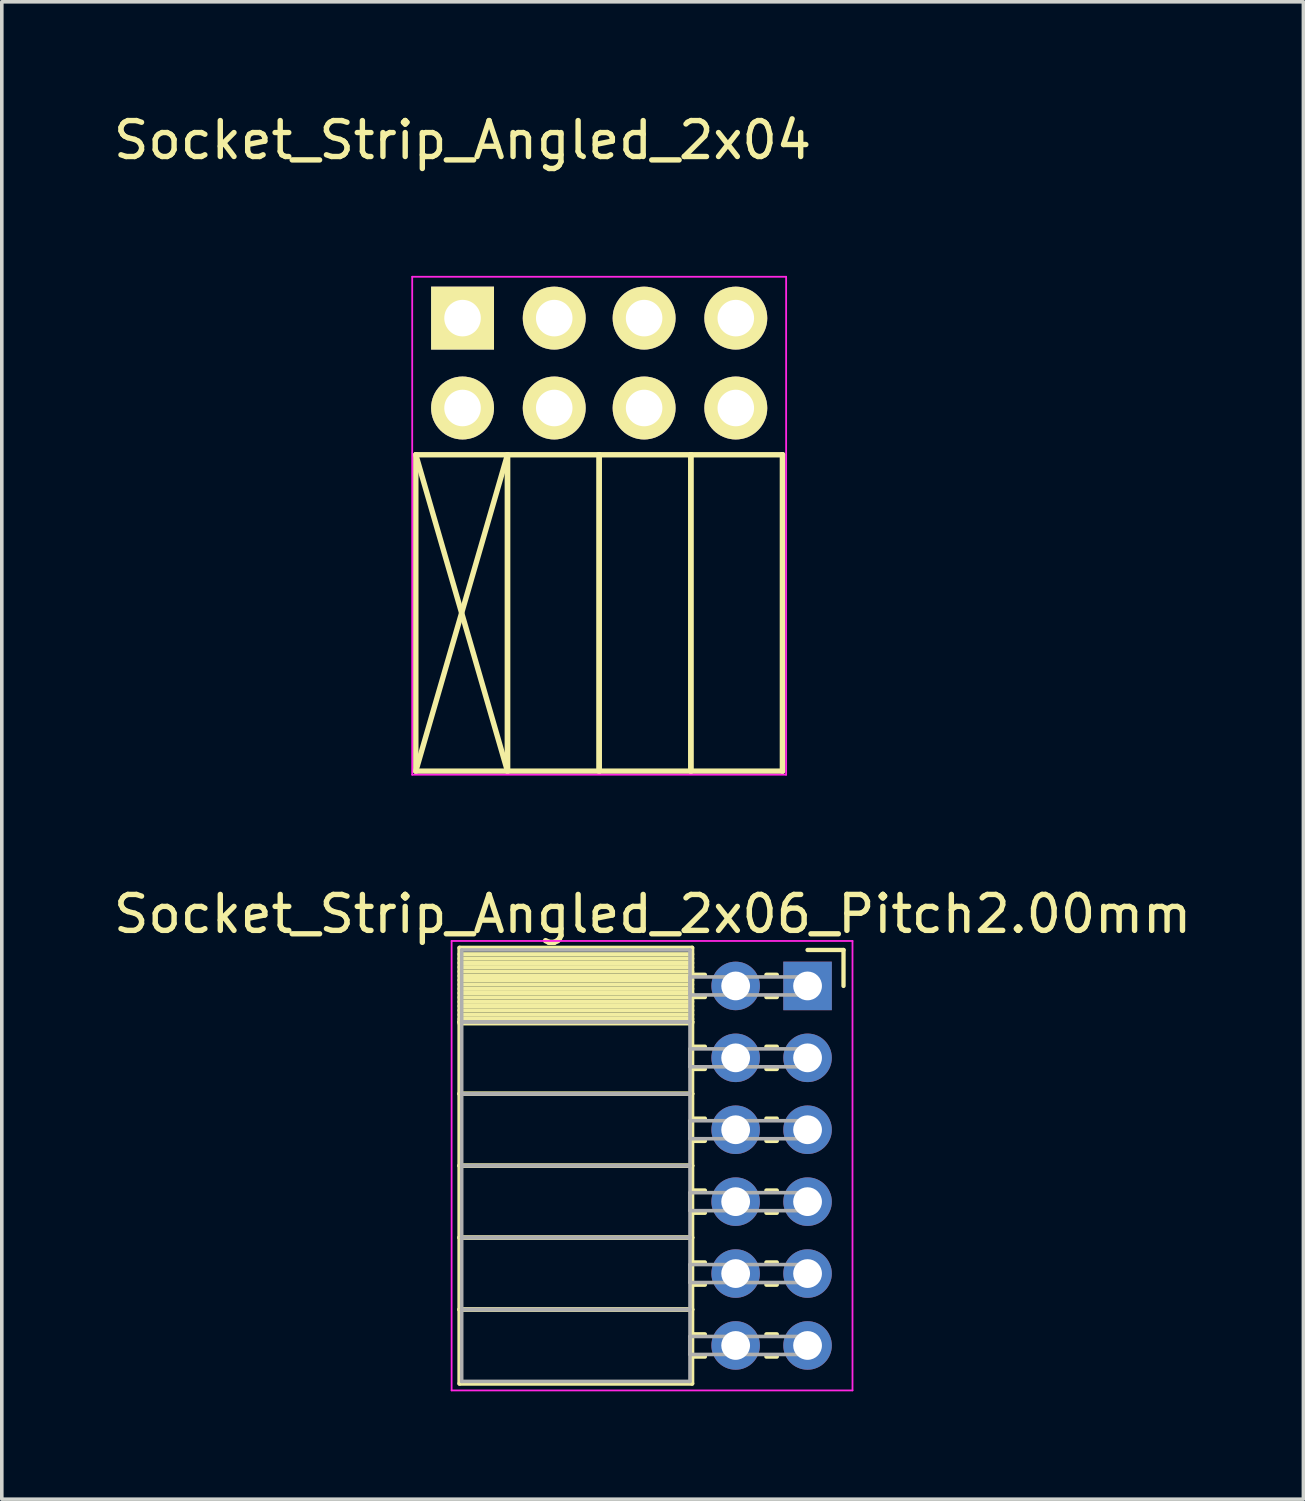
<source format=kicad_pcb>
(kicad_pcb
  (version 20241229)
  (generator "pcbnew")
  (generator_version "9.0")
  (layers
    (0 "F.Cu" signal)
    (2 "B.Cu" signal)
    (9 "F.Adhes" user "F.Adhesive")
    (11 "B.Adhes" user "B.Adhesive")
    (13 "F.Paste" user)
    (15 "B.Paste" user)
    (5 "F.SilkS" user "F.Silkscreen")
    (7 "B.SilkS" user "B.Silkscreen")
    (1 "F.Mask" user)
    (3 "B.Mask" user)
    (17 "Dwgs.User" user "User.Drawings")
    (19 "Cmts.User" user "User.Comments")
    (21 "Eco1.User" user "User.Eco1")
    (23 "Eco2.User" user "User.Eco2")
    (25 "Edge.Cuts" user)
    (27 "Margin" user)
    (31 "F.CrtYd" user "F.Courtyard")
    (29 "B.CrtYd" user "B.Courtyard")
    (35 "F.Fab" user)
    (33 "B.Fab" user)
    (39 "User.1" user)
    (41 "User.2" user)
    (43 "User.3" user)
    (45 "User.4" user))
  (footprint "Socket_Strip_Angled_2x04"
    (layer "F.Cu")
    (at 9.815 5.798)
    (property "Reference" "Socket_Strip_Angled_2x04" (at 0 -4.95 0) (layer "F.SilkS") (effects (font (size 1 1) (thickness 0.15))))
    (attr through_hole)
    (fp_line (start -1.3 3.8) (end -1.3 12.6) (stroke (width 0.15) (type solid)) (layer "F.SilkS"))
    (fp_line (start -1.3 3.8) (end 1.25 3.8) (stroke (width 0.15) (type solid)) (layer "F.SilkS"))
    (fp_line (start -1.3 3.8) (end 1.25 12.6) (stroke (width 0.15) (type solid)) (layer "F.SilkS"))
    (fp_line (start -1.3 12.6) (end 1.25 3.8) (stroke (width 0.15) (type solid)) (layer "F.SilkS"))
    (fp_line (start -1.3 12.6) (end 1.25 12.6) (stroke (width 0.15) (type solid)) (layer "F.SilkS"))
    (fp_line (start 1.25 3.8) (end 1.25 12.6) (stroke (width 0.15) (type solid)) (layer "F.SilkS"))
    (fp_line (start 1.25 3.8) (end 3.8 3.8) (stroke (width 0.15) (type solid)) (layer "F.SilkS"))
    (fp_line (start 1.25 12.6) (end 1.25 3.8) (stroke (width 0.15) (type solid)) (layer "F.SilkS"))
    (fp_line (start 1.25 12.6) (end 3.8 12.6) (stroke (width 0.15) (type solid)) (layer "F.SilkS"))
    (fp_line (start 3.8 3.8) (end 3.8 12.6) (stroke (width 0.15) (type solid)) (layer "F.SilkS"))
    (fp_line (start 3.8 3.8) (end 6.35 3.8) (stroke (width 0.15) (type solid)) (layer "F.SilkS"))
    (fp_line (start 3.8 12.6) (end 3.8 3.8) (stroke (width 0.15) (type solid)) (layer "F.SilkS"))
    (fp_line (start 3.8 12.6) (end 6.35 12.6) (stroke (width 0.15) (type solid)) (layer "F.SilkS"))
    (fp_line (start 6.35 3.8) (end 6.35 12.6) (stroke (width 0.15) (type solid)) (layer "F.SilkS"))
    (fp_line (start 6.35 3.8) (end 8.9 3.8) (stroke (width 0.15) (type solid)) (layer "F.SilkS"))
    (fp_line (start 6.35 12.6) (end 6.35 3.8) (stroke (width 0.15) (type solid)) (layer "F.SilkS"))
    (fp_line (start 6.35 12.6) (end 8.9 12.6) (stroke (width 0.15) (type solid)) (layer "F.SilkS"))
    (fp_line (start 8.9 3.8) (end 8.9 12.6) (stroke (width 0.15) (type solid)) (layer "F.SilkS"))
    (fp_line (start 8.9 12.6) (end 8.9 3.8) (stroke (width 0.15) (type solid)) (layer "F.SilkS"))
    (fp_line (start -1.4 -1.15) (end -1.4 12.7) (stroke (width 0.05) (type solid)) (layer "F.CrtYd"))
    (fp_line (start -1.4 -1.15) (end 9 -1.15) (stroke (width 0.05) (type solid)) (layer "F.CrtYd"))
    (fp_line (start -1.4 12.7) (end 9 12.7) (stroke (width 0.05) (type solid)) (layer "F.CrtYd"))
    (fp_line (start 9 -1.15) (end 9 12.7) (stroke (width 0.05) (type solid)) (layer "F.CrtYd"))
    (pad "1" thru_hole rect (at 0 0) (size 1.75 1.75) (drill 1.016) (layers "*.Cu" "*.Mask" "F.SilkS"))
    (pad "2" thru_hole oval (at 0 2.5) (size 1.75 1.75) (drill 1.016) (layers "*.Cu" "*.Mask" "F.SilkS"))
    (pad "3" thru_hole oval (at 2.55 0) (size 1.75 1.75) (drill 1.016) (layers "*.Cu" "*.Mask" "F.SilkS"))
    (pad "4" thru_hole oval (at 2.55 2.5) (size 1.75 1.75) (drill 1.016) (layers "*.Cu" "*.Mask" "F.SilkS"))
    (pad "5" thru_hole oval (at 5.05 0) (size 1.75 1.75) (drill 1.016) (layers "*.Cu" "*.Mask" "F.SilkS"))
    (pad "6" thru_hole oval (at 5.05 2.5) (size 1.75 1.75) (drill 1.016) (layers "*.Cu" "*.Mask" "F.SilkS"))
    (pad "7" thru_hole oval (at 7.6 0) (size 1.75 1.75) (drill 1.016) (layers "*.Cu" "*.Mask" "F.SilkS"))
    (pad "8" thru_hole oval (at 7.6 2.5) (size 1.75 1.75) (drill 1.016) (layers "*.Cu" "*.Mask" "F.SilkS")))
  (footprint "Socket_Strip_Angled_2x06_Pitch2.00mm"
    (layer "F.Cu")
    (at 19.411 24.372)
    (property "Reference" "Socket_Strip_Angled_2x06_Pitch2.00mm" (at -4.31 -2 0) (layer "F.SilkS") (effects (font (size 1 1) (thickness 0.15))))
    (attr through_hole)
    (fp_line (start -9.68 -1.06) (end -3.21 -1.06) (stroke (width 0.12) (type solid)) (layer "F.SilkS"))
    (fp_line (start -9.68 1) (end -9.68 -1.06) (stroke (width 0.12) (type solid)) (layer "F.SilkS"))
    (fp_line (start -9.68 1) (end -3.21 1) (stroke (width 0.12) (type solid)) (layer "F.SilkS"))
    (fp_line (start -9.68 3) (end -9.68 1) (stroke (width 0.12) (type solid)) (layer "F.SilkS"))
    (fp_line (start -9.68 3) (end -3.21 3) (stroke (width 0.12) (type solid)) (layer "F.SilkS"))
    (fp_line (start -9.68 5) (end -9.68 3) (stroke (width 0.12) (type solid)) (layer "F.SilkS"))
    (fp_line (start -9.68 5) (end -3.21 5) (stroke (width 0.12) (type solid)) (layer "F.SilkS"))
    (fp_line (start -9.68 7) (end -9.68 5) (stroke (width 0.12) (type solid)) (layer "F.SilkS"))
    (fp_line (start -9.68 7) (end -3.21 7) (stroke (width 0.12) (type solid)) (layer "F.SilkS"))
    (fp_line (start -9.68 9) (end -9.68 7) (stroke (width 0.12) (type solid)) (layer "F.SilkS"))
    (fp_line (start -9.68 9) (end -3.21 9) (stroke (width 0.12) (type solid)) (layer "F.SilkS"))
    (fp_line (start -9.68 11.06) (end -9.68 9) (stroke (width 0.12) (type solid)) (layer "F.SilkS"))
    (fp_line (start -3.21 -1.06) (end -3.21 1) (stroke (width 0.12) (type solid)) (layer "F.SilkS"))
    (fp_line (start -3.21 -0.88) (end -9.68 -0.88) (stroke (width 0.12) (type solid)) (layer "F.SilkS"))
    (fp_line (start -3.21 -0.76) (end -9.68 -0.76) (stroke (width 0.12) (type solid)) (layer "F.SilkS"))
    (fp_line (start -3.21 -0.64) (end -9.68 -0.64) (stroke (width 0.12) (type solid)) (layer "F.SilkS"))
    (fp_line (start -3.21 -0.52) (end -9.68 -0.52) (stroke (width 0.12) (type solid)) (layer "F.SilkS"))
    (fp_line (start -3.21 -0.4) (end -9.68 -0.4) (stroke (width 0.12) (type solid)) (layer "F.SilkS"))
    (fp_line (start -3.21 -0.28) (end -9.68 -0.28) (stroke (width 0.12) (type solid)) (layer "F.SilkS"))
    (fp_line (start -3.21 -0.16) (end -9.68 -0.16) (stroke (width 0.12) (type solid)) (layer "F.SilkS"))
    (fp_line (start -3.21 -0.04) (end -9.68 -0.04) (stroke (width 0.12) (type solid)) (layer "F.SilkS"))
    (fp_line (start -3.21 0.08) (end -9.68 0.08) (stroke (width 0.12) (type solid)) (layer "F.SilkS"))
    (fp_line (start -3.21 0.2) (end -9.68 0.2) (stroke (width 0.12) (type solid)) (layer "F.SilkS"))
    (fp_line (start -3.21 0.32) (end -9.68 0.32) (stroke (width 0.12) (type solid)) (layer "F.SilkS"))
    (fp_line (start -3.21 0.44) (end -9.68 0.44) (stroke (width 0.12) (type solid)) (layer "F.SilkS"))
    (fp_line (start -3.21 0.56) (end -9.68 0.56) (stroke (width 0.12) (type solid)) (layer "F.SilkS"))
    (fp_line (start -3.21 0.68) (end -9.68 0.68) (stroke (width 0.12) (type solid)) (layer "F.SilkS"))
    (fp_line (start -3.21 0.8) (end -9.68 0.8) (stroke (width 0.12) (type solid)) (layer "F.SilkS"))
    (fp_line (start -3.21 0.92) (end -9.68 0.92) (stroke (width 0.12) (type solid)) (layer "F.SilkS"))
    (fp_line (start -3.21 1) (end -9.68 1) (stroke (width 0.12) (type solid)) (layer "F.SilkS"))
    (fp_line (start -3.21 1) (end -3.21 3) (stroke (width 0.12) (type solid)) (layer "F.SilkS"))
    (fp_line (start -3.21 1.04) (end -9.68 1.04) (stroke (width 0.12) (type solid)) (layer "F.SilkS"))
    (fp_line (start -3.21 3) (end -9.68 3) (stroke (width 0.12) (type solid)) (layer "F.SilkS"))
    (fp_line (start -3.21 3) (end -3.21 5) (stroke (width 0.12) (type solid)) (layer "F.SilkS"))
    (fp_line (start -3.21 5) (end -9.68 5) (stroke (width 0.12) (type solid)) (layer "F.SilkS"))
    (fp_line (start -3.21 5) (end -3.21 7) (stroke (width 0.12) (type solid)) (layer "F.SilkS"))
    (fp_line (start -3.21 7) (end -9.68 7) (stroke (width 0.12) (type solid)) (layer "F.SilkS"))
    (fp_line (start -3.21 7) (end -3.21 9) (stroke (width 0.12) (type solid)) (layer "F.SilkS"))
    (fp_line (start -3.21 9) (end -9.68 9) (stroke (width 0.12) (type solid)) (layer "F.SilkS"))
    (fp_line (start -3.21 9) (end -3.21 11.06) (stroke (width 0.12) (type solid)) (layer "F.SilkS"))
    (fp_line (start -3.21 11.06) (end -9.68 11.06) (stroke (width 0.12) (type solid)) (layer "F.SilkS"))
    (fp_line (start -2.855 -0.31) (end -3.21 -0.31) (stroke (width 0.12) (type solid)) (layer "F.SilkS"))
    (fp_line (start -2.855 0.31) (end -3.21 0.31) (stroke (width 0.12) (type solid)) (layer "F.SilkS"))
    (fp_line (start -2.855 1.69) (end -3.21 1.69) (stroke (width 0.12) (type solid)) (layer "F.SilkS"))
    (fp_line (start -2.855 2.31) (end -3.21 2.31) (stroke (width 0.12) (type solid)) (layer "F.SilkS"))
    (fp_line (start -2.855 3.69) (end -3.21 3.69) (stroke (width 0.12) (type solid)) (layer "F.SilkS"))
    (fp_line (start -2.855 4.31) (end -3.21 4.31) (stroke (width 0.12) (type solid)) (layer "F.SilkS"))
    (fp_line (start -2.855 5.69) (end -3.21 5.69) (stroke (width 0.12) (type solid)) (layer "F.SilkS"))
    (fp_line (start -2.855 6.31) (end -3.21 6.31) (stroke (width 0.12) (type solid)) (layer "F.SilkS"))
    (fp_line (start -2.855 7.69) (end -3.21 7.69) (stroke (width 0.12) (type solid)) (layer "F.SilkS"))
    (fp_line (start -2.855 8.31) (end -3.21 8.31) (stroke (width 0.12) (type solid)) (layer "F.SilkS"))
    (fp_line (start -2.855 9.69) (end -3.21 9.69) (stroke (width 0.12) (type solid)) (layer "F.SilkS"))
    (fp_line (start -2.855 10.31) (end -3.21 10.31) (stroke (width 0.12) (type solid)) (layer "F.SilkS"))
    (fp_line (start -0.855 -0.31) (end -1.145 -0.31) (stroke (width 0.12) (type solid)) (layer "F.SilkS"))
    (fp_line (start -0.855 0.31) (end -1.145 0.31) (stroke (width 0.12) (type solid)) (layer "F.SilkS"))
    (fp_line (start -0.855 1.69) (end -1.145 1.69) (stroke (width 0.12) (type solid)) (layer "F.SilkS"))
    (fp_line (start -0.855 2.31) (end -1.145 2.31) (stroke (width 0.12) (type solid)) (layer "F.SilkS"))
    (fp_line (start -0.855 3.69) (end -1.145 3.69) (stroke (width 0.12) (type solid)) (layer "F.SilkS"))
    (fp_line (start -0.855 4.31) (end -1.145 4.31) (stroke (width 0.12) (type solid)) (layer "F.SilkS"))
    (fp_line (start -0.855 5.69) (end -1.145 5.69) (stroke (width 0.12) (type solid)) (layer "F.SilkS"))
    (fp_line (start -0.855 6.31) (end -1.145 6.31) (stroke (width 0.12) (type solid)) (layer "F.SilkS"))
    (fp_line (start -0.855 7.69) (end -1.145 7.69) (stroke (width 0.12) (type solid)) (layer "F.SilkS"))
    (fp_line (start -0.855 8.31) (end -1.145 8.31) (stroke (width 0.12) (type solid)) (layer "F.SilkS"))
    (fp_line (start -0.855 9.69) (end -1.145 9.69) (stroke (width 0.12) (type solid)) (layer "F.SilkS"))
    (fp_line (start -0.855 10.31) (end -1.145 10.31) (stroke (width 0.12) (type solid)) (layer "F.SilkS"))
    (fp_line (start 0 -1) (end 1 -1) (stroke (width 0.12) (type solid)) (layer "F.SilkS"))
    (fp_line (start 1 -1) (end 1 0) (stroke (width 0.12) (type solid)) (layer "F.SilkS"))
    (fp_line (start -9.9 -1.25) (end 1.25 -1.25) (stroke (width 0.05) (type solid)) (layer "F.CrtYd"))
    (fp_line (start -9.9 11.25) (end -9.9 -1.25) (stroke (width 0.05) (type solid)) (layer "F.CrtYd"))
    (fp_line (start 1.25 -1.25) (end 1.25 11.25) (stroke (width 0.05) (type solid)) (layer "F.CrtYd"))
    (fp_line (start 1.25 11.25) (end -9.9 11.25) (stroke (width 0.05) (type solid)) (layer "F.CrtYd"))
    (fp_line (start -9.62 -1) (end -3.27 -1) (stroke (width 0.1) (type solid)) (layer "F.Fab"))
    (fp_line (start -9.62 1) (end -9.62 -1) (stroke (width 0.1) (type solid)) (layer "F.Fab"))
    (fp_line (start -9.62 1) (end -3.27 1) (stroke (width 0.1) (type solid)) (layer "F.Fab"))
    (fp_line (start -9.62 3) (end -9.62 1) (stroke (width 0.1) (type solid)) (layer "F.Fab"))
    (fp_line (start -9.62 3) (end -3.27 3) (stroke (width 0.1) (type solid)) (layer "F.Fab"))
    (fp_line (start -9.62 5) (end -9.62 3) (stroke (width 0.1) (type solid)) (layer "F.Fab"))
    (fp_line (start -9.62 5) (end -3.27 5) (stroke (width 0.1) (type solid)) (layer "F.Fab"))
    (fp_line (start -9.62 7) (end -9.62 5) (stroke (width 0.1) (type solid)) (layer "F.Fab"))
    (fp_line (start -9.62 7) (end -3.27 7) (stroke (width 0.1) (type solid)) (layer "F.Fab"))
    (fp_line (start -9.62 9) (end -9.62 7) (stroke (width 0.1) (type solid)) (layer "F.Fab"))
    (fp_line (start -9.62 9) (end -3.27 9) (stroke (width 0.1) (type solid)) (layer "F.Fab"))
    (fp_line (start -9.62 11) (end -9.62 9) (stroke (width 0.1) (type solid)) (layer "F.Fab"))
    (fp_line (start -3.27 -1) (end -3.27 1) (stroke (width 0.1) (type solid)) (layer "F.Fab"))
    (fp_line (start -3.27 -0.25) (end 0 -0.25) (stroke (width 0.1) (type solid)) (layer "F.Fab"))
    (fp_line (start -3.27 0.25) (end -3.27 -0.25) (stroke (width 0.1) (type solid)) (layer "F.Fab"))
    (fp_line (start -3.27 1) (end -9.62 1) (stroke (width 0.1) (type solid)) (layer "F.Fab"))
    (fp_line (start -3.27 1) (end -3.27 3) (stroke (width 0.1) (type solid)) (layer "F.Fab"))
    (fp_line (start -3.27 1.75) (end 0 1.75) (stroke (width 0.1) (type solid)) (layer "F.Fab"))
    (fp_line (start -3.27 2.25) (end -3.27 1.75) (stroke (width 0.1) (type solid)) (layer "F.Fab"))
    (fp_line (start -3.27 3) (end -9.62 3) (stroke (width 0.1) (type solid)) (layer "F.Fab"))
    (fp_line (start -3.27 3) (end -3.27 5) (stroke (width 0.1) (type solid)) (layer "F.Fab"))
    (fp_line (start -3.27 3.75) (end 0 3.75) (stroke (width 0.1) (type solid)) (layer "F.Fab"))
    (fp_line (start -3.27 4.25) (end -3.27 3.75) (stroke (width 0.1) (type solid)) (layer "F.Fab"))
    (fp_line (start -3.27 5) (end -9.62 5) (stroke (width 0.1) (type solid)) (layer "F.Fab"))
    (fp_line (start -3.27 5) (end -3.27 7) (stroke (width 0.1) (type solid)) (layer "F.Fab"))
    (fp_line (start -3.27 5.75) (end 0 5.75) (stroke (width 0.1) (type solid)) (layer "F.Fab"))
    (fp_line (start -3.27 6.25) (end -3.27 5.75) (stroke (width 0.1) (type solid)) (layer "F.Fab"))
    (fp_line (start -3.27 7) (end -9.62 7) (stroke (width 0.1) (type solid)) (layer "F.Fab"))
    (fp_line (start -3.27 7) (end -3.27 9) (stroke (width 0.1) (type solid)) (layer "F.Fab"))
    (fp_line (start -3.27 7.75) (end 0 7.75) (stroke (width 0.1) (type solid)) (layer "F.Fab"))
    (fp_line (start -3.27 8.25) (end -3.27 7.75) (stroke (width 0.1) (type solid)) (layer "F.Fab"))
    (fp_line (start -3.27 9) (end -9.62 9) (stroke (width 0.1) (type solid)) (layer "F.Fab"))
    (fp_line (start -3.27 9) (end -3.27 11) (stroke (width 0.1) (type solid)) (layer "F.Fab"))
    (fp_line (start -3.27 9.75) (end 0 9.75) (stroke (width 0.1) (type solid)) (layer "F.Fab"))
    (fp_line (start -3.27 10.25) (end -3.27 9.75) (stroke (width 0.1) (type solid)) (layer "F.Fab"))
    (fp_line (start -3.27 11) (end -9.62 11) (stroke (width 0.1) (type solid)) (layer "F.Fab"))
    (fp_line (start 0 -0.25) (end 0 0.25) (stroke (width 0.1) (type solid)) (layer "F.Fab"))
    (fp_line (start 0 0.25) (end -3.27 0.25) (stroke (width 0.1) (type solid)) (layer "F.Fab"))
    (fp_line (start 0 1.75) (end 0 2.25) (stroke (width 0.1) (type solid)) (layer "F.Fab"))
    (fp_line (start 0 2.25) (end -3.27 2.25) (stroke (width 0.1) (type solid)) (layer "F.Fab"))
    (fp_line (start 0 3.75) (end 0 4.25) (stroke (width 0.1) (type solid)) (layer "F.Fab"))
    (fp_line (start 0 4.25) (end -3.27 4.25) (stroke (width 0.1) (type solid)) (layer "F.Fab"))
    (fp_line (start 0 5.75) (end 0 6.25) (stroke (width 0.1) (type solid)) (layer "F.Fab"))
    (fp_line (start 0 6.25) (end -3.27 6.25) (stroke (width 0.1) (type solid)) (layer "F.Fab"))
    (fp_line (start 0 7.75) (end 0 8.25) (stroke (width 0.1) (type solid)) (layer "F.Fab"))
    (fp_line (start 0 8.25) (end -3.27 8.25) (stroke (width 0.1) (type solid)) (layer "F.Fab"))
    (fp_line (start 0 9.75) (end 0 10.25) (stroke (width 0.1) (type solid)) (layer "F.Fab"))
    (fp_line (start 0 10.25) (end -3.27 10.25) (stroke (width 0.1) (type solid)) (layer "F.Fab"))
    (pad "1" thru_hole rect (at 0 0) (size 1.35 1.35) (drill 0.8) (layers "*.Cu" "*.Mask"))
    (pad "2" thru_hole oval (at -2 0) (size 1.35 1.35) (drill 0.8) (layers "*.Cu" "*.Mask"))
    (pad "3" thru_hole oval (at 0 2) (size 1.35 1.35) (drill 0.8) (layers "*.Cu" "*.Mask"))
    (pad "4" thru_hole oval (at -2 2) (size 1.35 1.35) (drill 0.8) (layers "*.Cu" "*.Mask"))
    (pad "5" thru_hole oval (at 0 4) (size 1.35 1.35) (drill 0.8) (layers "*.Cu" "*.Mask"))
    (pad "6" thru_hole oval (at -2 4) (size 1.35 1.35) (drill 0.8) (layers "*.Cu" "*.Mask"))
    (pad "7" thru_hole oval (at 0 6) (size 1.35 1.35) (drill 0.8) (layers "*.Cu" "*.Mask"))
    (pad "8" thru_hole oval (at -2 6) (size 1.35 1.35) (drill 0.8) (layers "*.Cu" "*.Mask"))
    (pad "9" thru_hole oval (at 0 8) (size 1.35 1.35) (drill 0.8) (layers "*.Cu" "*.Mask"))
    (pad "10" thru_hole oval (at -2 8) (size 1.35 1.35) (drill 0.8) (layers "*.Cu" "*.Mask"))
    (pad "11" thru_hole oval (at 0 10) (size 1.35 1.35) (drill 0.8) (layers "*.Cu" "*.Mask"))
    (pad "12" thru_hole oval (at -2 10) (size 1.35 1.35) (drill 0.8) (layers "*.Cu" "*.Mask")))
  (gr_rect
    (start -3 -3)
    (end 33.202 38.647)
    (stroke (width 0.1) (type default))
    (fill no)
    (layer "Edge.Cuts")))
</source>
